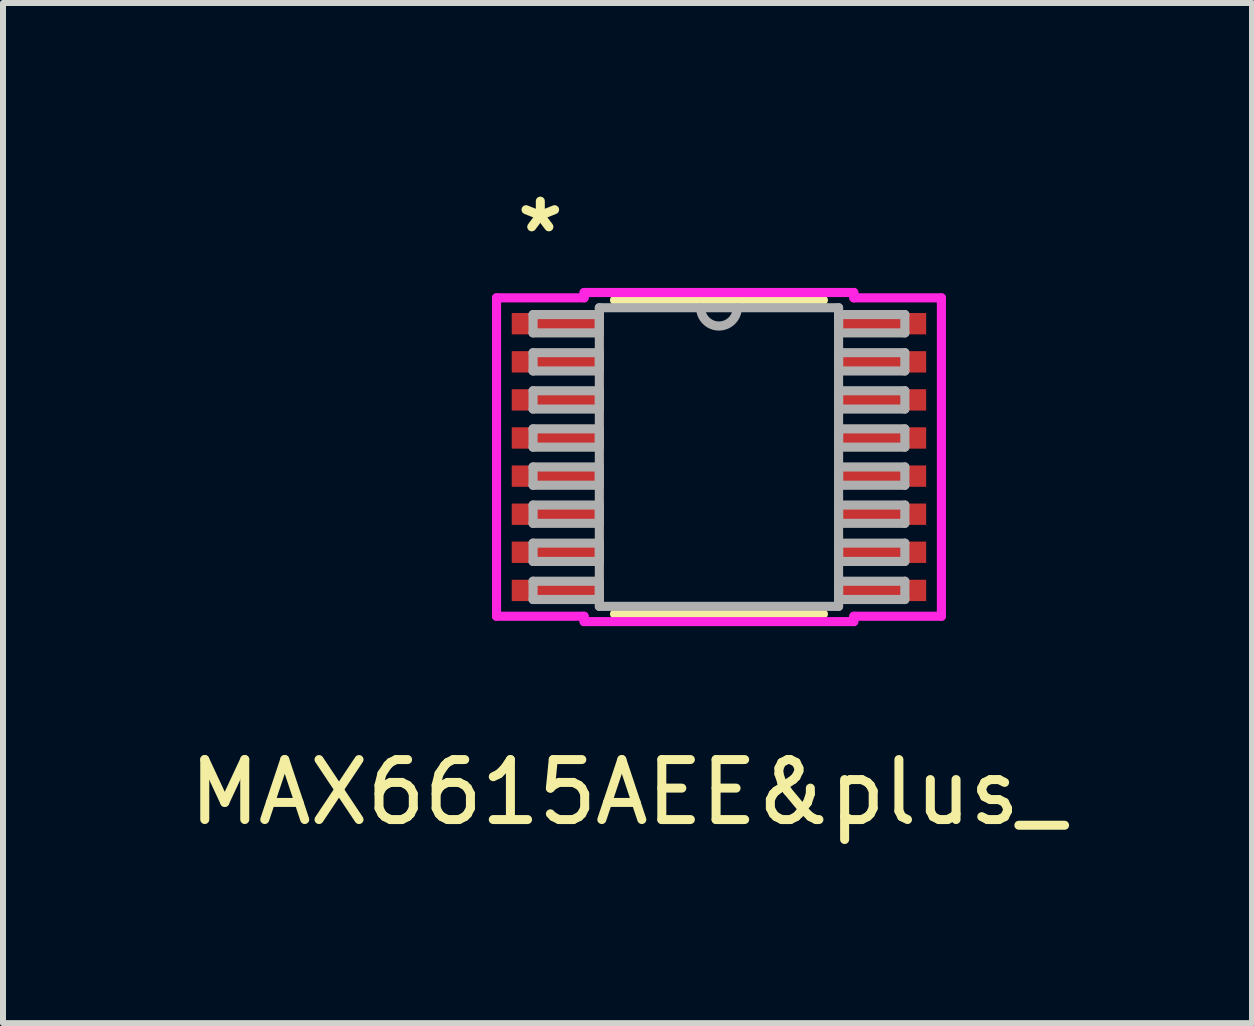
<source format=kicad_pcb>
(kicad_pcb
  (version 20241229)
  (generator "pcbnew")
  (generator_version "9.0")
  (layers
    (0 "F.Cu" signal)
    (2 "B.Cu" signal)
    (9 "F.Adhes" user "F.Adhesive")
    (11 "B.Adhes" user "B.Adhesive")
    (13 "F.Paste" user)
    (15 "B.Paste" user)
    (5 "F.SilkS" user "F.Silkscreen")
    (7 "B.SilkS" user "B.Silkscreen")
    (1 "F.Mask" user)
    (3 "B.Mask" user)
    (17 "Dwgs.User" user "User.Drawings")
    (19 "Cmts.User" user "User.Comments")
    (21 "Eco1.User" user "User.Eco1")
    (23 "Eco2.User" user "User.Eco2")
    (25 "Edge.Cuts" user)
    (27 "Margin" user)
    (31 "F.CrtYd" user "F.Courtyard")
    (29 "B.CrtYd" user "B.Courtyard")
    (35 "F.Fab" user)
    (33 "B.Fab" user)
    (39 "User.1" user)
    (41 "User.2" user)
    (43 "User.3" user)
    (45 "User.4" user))
  (footprint "MAX6615AEE&plus_"
    (layer "F.Cu")
    (at 8.935 4.569)
    (property "Reference" "MAX6615AEE&plus_" (at -1.524 5.588 0) (layer "F.SilkS") (effects (font (size 1 1) (thickness 0.15))))
    (attr through_hole)
    (fp_line (start -1.741 2.616) (end 1.741 2.616) (stroke (width 0.152) (type solid)) (layer "F.SilkS"))
    (fp_line (start 1.741 -2.616) (end -1.741 -2.616) (stroke (width 0.152) (type solid)) (layer "F.SilkS"))
    (fp_line (start -3.708 -2.654) (end -2.248 -2.654) (stroke (width 0.152) (type solid)) (layer "F.CrtYd"))
    (fp_line (start -3.708 2.654) (end -3.708 -2.654) (stroke (width 0.152) (type solid)) (layer "F.CrtYd"))
    (fp_line (start -2.248 -2.743) (end 2.248 -2.743) (stroke (width 0.152) (type solid)) (layer "F.CrtYd"))
    (fp_line (start -2.248 -2.654) (end -2.248 -2.743) (stroke (width 0.152) (type solid)) (layer "F.CrtYd"))
    (fp_line (start -2.248 2.654) (end -3.708 2.654) (stroke (width 0.152) (type solid)) (layer "F.CrtYd"))
    (fp_line (start -2.248 2.743) (end -2.248 2.654) (stroke (width 0.152) (type solid)) (layer "F.CrtYd"))
    (fp_line (start 2.248 -2.743) (end 2.248 -2.654) (stroke (width 0.152) (type solid)) (layer "F.CrtYd"))
    (fp_line (start 2.248 -2.654) (end 3.708 -2.654) (stroke (width 0.152) (type solid)) (layer "F.CrtYd"))
    (fp_line (start 2.248 2.654) (end 2.248 2.743) (stroke (width 0.152) (type solid)) (layer "F.CrtYd"))
    (fp_line (start 2.248 2.743) (end -2.248 2.743) (stroke (width 0.152) (type solid)) (layer "F.CrtYd"))
    (fp_line (start 3.708 -2.654) (end 3.708 2.654) (stroke (width 0.152) (type solid)) (layer "F.CrtYd"))
    (fp_line (start 3.708 2.654) (end 2.248 2.654) (stroke (width 0.152) (type solid)) (layer "F.CrtYd"))
    (fp_line (start -3.099 -2.375) (end -3.099 -2.07) (stroke (width 0.152) (type solid)) (layer "F.Fab"))
    (fp_line (start -3.099 -2.07) (end -1.994 -2.07) (stroke (width 0.152) (type solid)) (layer "F.Fab"))
    (fp_line (start -3.099 -1.74) (end -3.099 -1.435) (stroke (width 0.152) (type solid)) (layer "F.Fab"))
    (fp_line (start -3.099 -1.435) (end -1.994 -1.435) (stroke (width 0.152) (type solid)) (layer "F.Fab"))
    (fp_line (start -3.099 -1.105) (end -3.099 -0.8) (stroke (width 0.152) (type solid)) (layer "F.Fab"))
    (fp_line (start -3.099 -0.8) (end -1.994 -0.8) (stroke (width 0.152) (type solid)) (layer "F.Fab"))
    (fp_line (start -3.099 -0.47) (end -3.099 -0.165) (stroke (width 0.152) (type solid)) (layer "F.Fab"))
    (fp_line (start -3.099 -0.165) (end -1.994 -0.165) (stroke (width 0.152) (type solid)) (layer "F.Fab"))
    (fp_line (start -3.099 0.165) (end -3.099 0.47) (stroke (width 0.152) (type solid)) (layer "F.Fab"))
    (fp_line (start -3.099 0.47) (end -1.994 0.47) (stroke (width 0.152) (type solid)) (layer "F.Fab"))
    (fp_line (start -3.099 0.8) (end -3.099 1.105) (stroke (width 0.152) (type solid)) (layer "F.Fab"))
    (fp_line (start -3.099 1.105) (end -1.994 1.105) (stroke (width 0.152) (type solid)) (layer "F.Fab"))
    (fp_line (start -3.099 1.435) (end -3.099 1.74) (stroke (width 0.152) (type solid)) (layer "F.Fab"))
    (fp_line (start -3.099 1.74) (end -1.994 1.74) (stroke (width 0.152) (type solid)) (layer "F.Fab"))
    (fp_line (start -3.099 2.07) (end -3.099 2.375) (stroke (width 0.152) (type solid)) (layer "F.Fab"))
    (fp_line (start -3.099 2.375) (end -1.994 2.375) (stroke (width 0.152) (type solid)) (layer "F.Fab"))
    (fp_line (start -1.994 -2.489) (end -1.994 2.489) (stroke (width 0.152) (type solid)) (layer "F.Fab"))
    (fp_line (start -1.994 -2.375) (end -3.099 -2.375) (stroke (width 0.152) (type solid)) (layer "F.Fab"))
    (fp_line (start -1.994 -2.07) (end -1.994 -2.375) (stroke (width 0.152) (type solid)) (layer "F.Fab"))
    (fp_line (start -1.994 -1.74) (end -3.099 -1.74) (stroke (width 0.152) (type solid)) (layer "F.Fab"))
    (fp_line (start -1.994 -1.435) (end -1.994 -1.74) (stroke (width 0.152) (type solid)) (layer "F.Fab"))
    (fp_line (start -1.994 -1.105) (end -3.099 -1.105) (stroke (width 0.152) (type solid)) (layer "F.Fab"))
    (fp_line (start -1.994 -0.8) (end -1.994 -1.105) (stroke (width 0.152) (type solid)) (layer "F.Fab"))
    (fp_line (start -1.994 -0.47) (end -3.099 -0.47) (stroke (width 0.152) (type solid)) (layer "F.Fab"))
    (fp_line (start -1.994 -0.165) (end -1.994 -0.47) (stroke (width 0.152) (type solid)) (layer "F.Fab"))
    (fp_line (start -1.994 0.165) (end -3.099 0.165) (stroke (width 0.152) (type solid)) (layer "F.Fab"))
    (fp_line (start -1.994 0.47) (end -1.994 0.165) (stroke (width 0.152) (type solid)) (layer "F.Fab"))
    (fp_line (start -1.994 0.8) (end -3.099 0.8) (stroke (width 0.152) (type solid)) (layer "F.Fab"))
    (fp_line (start -1.994 1.105) (end -1.994 0.8) (stroke (width 0.152) (type solid)) (layer "F.Fab"))
    (fp_line (start -1.994 1.435) (end -3.099 1.435) (stroke (width 0.152) (type solid)) (layer "F.Fab"))
    (fp_line (start -1.994 1.74) (end -1.994 1.435) (stroke (width 0.152) (type solid)) (layer "F.Fab"))
    (fp_line (start -1.994 2.07) (end -3.099 2.07) (stroke (width 0.152) (type solid)) (layer "F.Fab"))
    (fp_line (start -1.994 2.375) (end -1.994 2.07) (stroke (width 0.152) (type solid)) (layer "F.Fab"))
    (fp_line (start -1.994 2.489) (end 1.994 2.489) (stroke (width 0.152) (type solid)) (layer "F.Fab"))
    (fp_line (start 1.994 -2.489) (end -1.994 -2.489) (stroke (width 0.152) (type solid)) (layer "F.Fab"))
    (fp_line (start 1.994 -2.375) (end 1.994 -2.07) (stroke (width 0.152) (type solid)) (layer "F.Fab"))
    (fp_line (start 1.994 -2.07) (end 3.099 -2.07) (stroke (width 0.152) (type solid)) (layer "F.Fab"))
    (fp_line (start 1.994 -1.74) (end 1.994 -1.435) (stroke (width 0.152) (type solid)) (layer "F.Fab"))
    (fp_line (start 1.994 -1.435) (end 3.099 -1.435) (stroke (width 0.152) (type solid)) (layer "F.Fab"))
    (fp_line (start 1.994 -1.105) (end 1.994 -0.8) (stroke (width 0.152) (type solid)) (layer "F.Fab"))
    (fp_line (start 1.994 -0.8) (end 3.099 -0.8) (stroke (width 0.152) (type solid)) (layer "F.Fab"))
    (fp_line (start 1.994 -0.47) (end 1.994 -0.165) (stroke (width 0.152) (type solid)) (layer "F.Fab"))
    (fp_line (start 1.994 -0.165) (end 3.099 -0.165) (stroke (width 0.152) (type solid)) (layer "F.Fab"))
    (fp_line (start 1.994 0.165) (end 1.994 0.47) (stroke (width 0.152) (type solid)) (layer "F.Fab"))
    (fp_line (start 1.994 0.47) (end 3.099 0.47) (stroke (width 0.152) (type solid)) (layer "F.Fab"))
    (fp_line (start 1.994 0.8) (end 1.994 1.105) (stroke (width 0.152) (type solid)) (layer "F.Fab"))
    (fp_line (start 1.994 1.105) (end 3.099 1.105) (stroke (width 0.152) (type solid)) (layer "F.Fab"))
    (fp_line (start 1.994 1.435) (end 1.994 1.74) (stroke (width 0.152) (type solid)) (layer "F.Fab"))
    (fp_line (start 1.994 1.74) (end 3.099 1.74) (stroke (width 0.152) (type solid)) (layer "F.Fab"))
    (fp_line (start 1.994 2.07) (end 1.994 2.375) (stroke (width 0.152) (type solid)) (layer "F.Fab"))
    (fp_line (start 1.994 2.375) (end 3.099 2.375) (stroke (width 0.152) (type solid)) (layer "F.Fab"))
    (fp_line (start 1.994 2.489) (end 1.994 -2.489) (stroke (width 0.152) (type solid)) (layer "F.Fab"))
    (fp_line (start 3.099 -2.375) (end 1.994 -2.375) (stroke (width 0.152) (type solid)) (layer "F.Fab"))
    (fp_line (start 3.099 -2.07) (end 3.099 -2.375) (stroke (width 0.152) (type solid)) (layer "F.Fab"))
    (fp_line (start 3.099 -1.74) (end 1.994 -1.74) (stroke (width 0.152) (type solid)) (layer "F.Fab"))
    (fp_line (start 3.099 -1.435) (end 3.099 -1.74) (stroke (width 0.152) (type solid)) (layer "F.Fab"))
    (fp_line (start 3.099 -1.105) (end 1.994 -1.105) (stroke (width 0.152) (type solid)) (layer "F.Fab"))
    (fp_line (start 3.099 -0.8) (end 3.099 -1.105) (stroke (width 0.152) (type solid)) (layer "F.Fab"))
    (fp_line (start 3.099 -0.47) (end 1.994 -0.47) (stroke (width 0.152) (type solid)) (layer "F.Fab"))
    (fp_line (start 3.099 -0.165) (end 3.099 -0.47) (stroke (width 0.152) (type solid)) (layer "F.Fab"))
    (fp_line (start 3.099 0.165) (end 1.994 0.165) (stroke (width 0.152) (type solid)) (layer "F.Fab"))
    (fp_line (start 3.099 0.47) (end 3.099 0.165) (stroke (width 0.152) (type solid)) (layer "F.Fab"))
    (fp_line (start 3.099 0.8) (end 1.994 0.8) (stroke (width 0.152) (type solid)) (layer "F.Fab"))
    (fp_line (start 3.099 1.105) (end 3.099 0.8) (stroke (width 0.152) (type solid)) (layer "F.Fab"))
    (fp_line (start 3.099 1.435) (end 1.994 1.435) (stroke (width 0.152) (type solid)) (layer "F.Fab"))
    (fp_line (start 3.099 1.74) (end 3.099 1.435) (stroke (width 0.152) (type solid)) (layer "F.Fab"))
    (fp_line (start 3.099 2.07) (end 1.994 2.07) (stroke (width 0.152) (type solid)) (layer "F.Fab"))
    (fp_line (start 3.099 2.375) (end 3.099 2.07) (stroke (width 0.152) (type solid)) (layer "F.Fab"))
    (fp_arc (start 0.3048 -2.4892) (mid 0 -2.1844) (end -0.3048 -2.4892) (stroke (width 0.1524) (type solid)) (layer "F.Fab"))
    (fp_text user "*" (at -2.978 -3.721 0) (layer "F.SilkS") (effects (font (size 1 1) (thickness 0.15))))
    (pad "1" smd rect (at -2.724 -2.223) (size 1.46 0.356) (layers "F.Cu" "F.Mask" "F.Paste"))
    (pad "2" smd rect (at -2.724 -1.587) (size 1.46 0.356) (layers "F.Cu" "F.Mask" "F.Paste"))
    (pad "3" smd rect (at -2.724 -0.953) (size 1.46 0.356) (layers "F.Cu" "F.Mask" "F.Paste"))
    (pad "4" smd rect (at -2.724 -0.318) (size 1.46 0.356) (layers "F.Cu" "F.Mask" "F.Paste"))
    (pad "5" smd rect (at -2.724 0.318) (size 1.46 0.356) (layers "F.Cu" "F.Mask" "F.Paste"))
    (pad "6" smd rect (at -2.724 0.953) (size 1.46 0.356) (layers "F.Cu" "F.Mask" "F.Paste"))
    (pad "7" smd rect (at -2.724 1.587) (size 1.46 0.356) (layers "F.Cu" "F.Mask" "F.Paste"))
    (pad "8" smd rect (at -2.724 2.223) (size 1.46 0.356) (layers "F.Cu" "F.Mask" "F.Paste"))
    (pad "9" smd rect (at 2.724 2.223) (size 1.46 0.356) (layers "F.Cu" "F.Mask" "F.Paste"))
    (pad "10" smd rect (at 2.724 1.587) (size 1.46 0.356) (layers "F.Cu" "F.Mask" "F.Paste"))
    (pad "11" smd rect (at 2.724 0.953) (size 1.46 0.356) (layers "F.Cu" "F.Mask" "F.Paste"))
    (pad "12" smd rect (at 2.724 0.318) (size 1.46 0.356) (layers "F.Cu" "F.Mask" "F.Paste"))
    (pad "13" smd rect (at 2.724 -0.318) (size 1.46 0.356) (layers "F.Cu" "F.Mask" "F.Paste"))
    (pad "14" smd rect (at 2.724 -0.953) (size 1.46 0.356) (layers "F.Cu" "F.Mask" "F.Paste"))
    (pad "15" smd rect (at 2.724 -1.587) (size 1.46 0.356) (layers "F.Cu" "F.Mask" "F.Paste"))
    (pad "16" smd rect (at 2.724 -2.223) (size 1.46 0.356) (layers "F.Cu" "F.Mask" "F.Paste")))
  (gr_rect
    (start -3 -3)
    (end 17.821 14.006)
    (stroke (width 0.1) (type default))
    (fill no)
    (layer "Edge.Cuts")))
</source>
